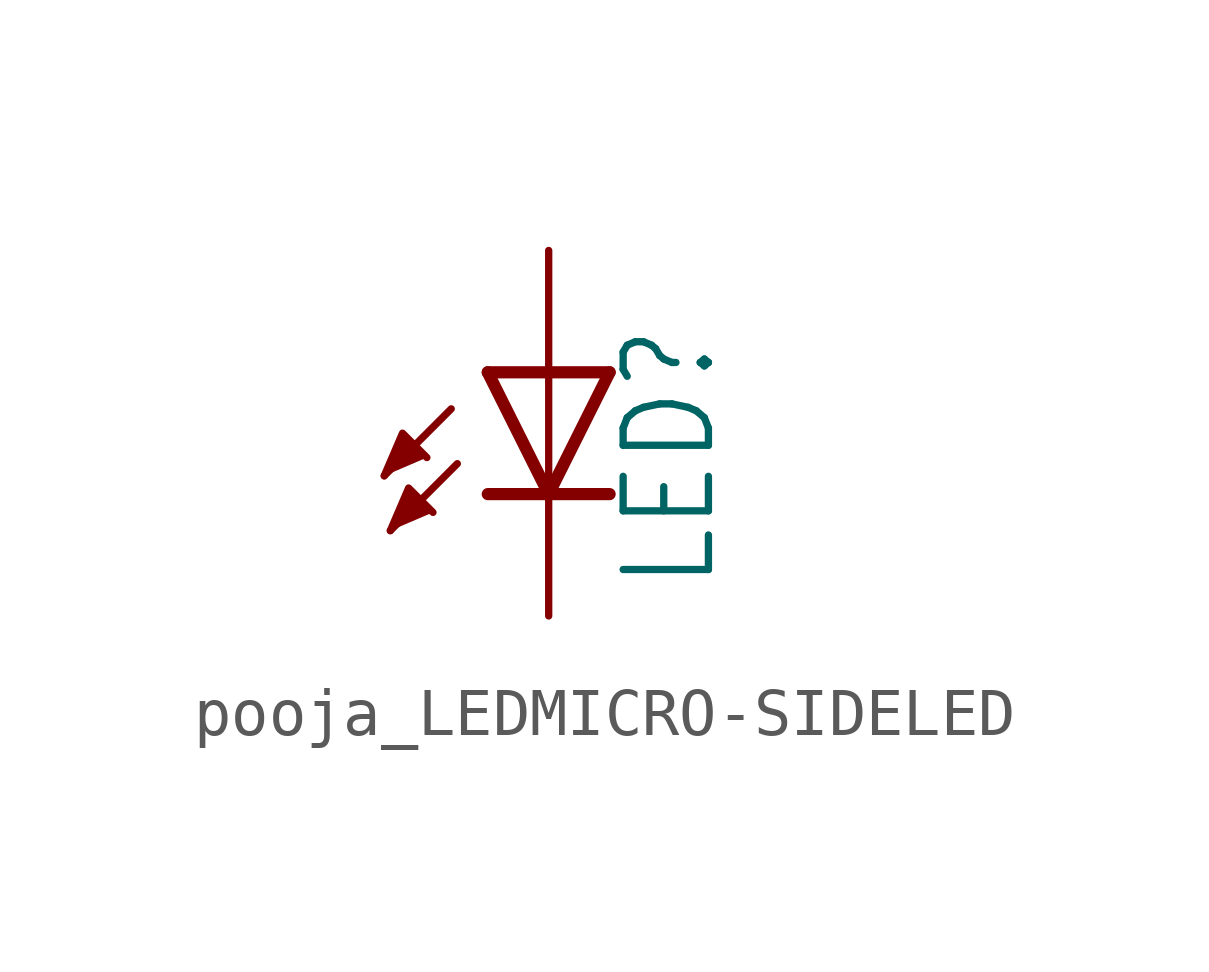
<source format=kicad_sym>
(kicad_symbol_lib
  (version 20220914)
  (generator kicad_symbol_editor)
  (symbol "pooja_LEDMICRO-SIDELED"
    (property "Reference" "LED"
      (at 3.556 -4.572 90)
      (effects (font (size 1.778 1.511)) (justify left bottom)))
    (property "Value" ""
      (at 5.715 -4.572 90)
      (effects (font (size 1.778 1.511)) (justify left bottom)))
    (property "ki_locked" ""
      (at 0 0 0)
      (effects (font (size 1.27 1.27))))
    (symbol "pooja_LEDMICRO-SIDELED_1_0"
      (polyline (pts (xy -2.032 -0.762) (xy -3.429 -2.159)) (stroke (width 0.152) (type solid)) (fill (type none)))
      (polyline (pts (xy -1.905 -1.905) (xy -3.302 -3.302)) (stroke (width 0.152) (type solid)) (fill (type none)))
      (polyline (pts (xy 0 -2.54) (xy -1.27 -2.54)) (stroke (width 0.254) (type solid)) (fill (type none)))
      (polyline (pts (xy 0 -2.54) (xy -1.27 0)) (stroke (width 0.254) (type solid)) (fill (type none)))
      (polyline (pts (xy 0 0) (xy -1.27 0)) (stroke (width 0.254) (type solid)) (fill (type none)))
      (polyline (pts (xy 0 0) (xy 0 -2.54)) (stroke (width 0.152) (type solid)) (fill (type none)))
      (polyline (pts (xy 1.27 -2.54) (xy 0 -2.54)) (stroke (width 0.254) (type solid)) (fill (type none)))
      (polyline (pts (xy 1.27 0) (xy 0 -2.54)) (stroke (width 0.254) (type solid)) (fill (type none)))
      (polyline (pts (xy 1.27 0) (xy 0 0)) (stroke (width 0.254) (type solid)) (fill (type none)))
      (polyline (pts (xy -3.429 -2.159) (xy -3.048 -1.27) (xy -2.54 -1.778)) (stroke (width 0.152) (type solid)) (fill (type outline)))
      (polyline (pts (xy -3.302 -3.302) (xy -2.921 -2.413) (xy -2.413 -2.921)) (stroke (width 0.152) (type solid)) (fill (type outline)))
      (pin passive line (at 0 2.54 270) (length 2.54) (name "A" (effects (font (size 0 0)))) (number "A" (effects (font (size 0 0)))))
      (pin passive line (at 0 -5.08 90) (length 2.54) (name "C" (effects (font (size 0 0)))) (number "C" (effects (font (size 0 0))))))))
</source>
